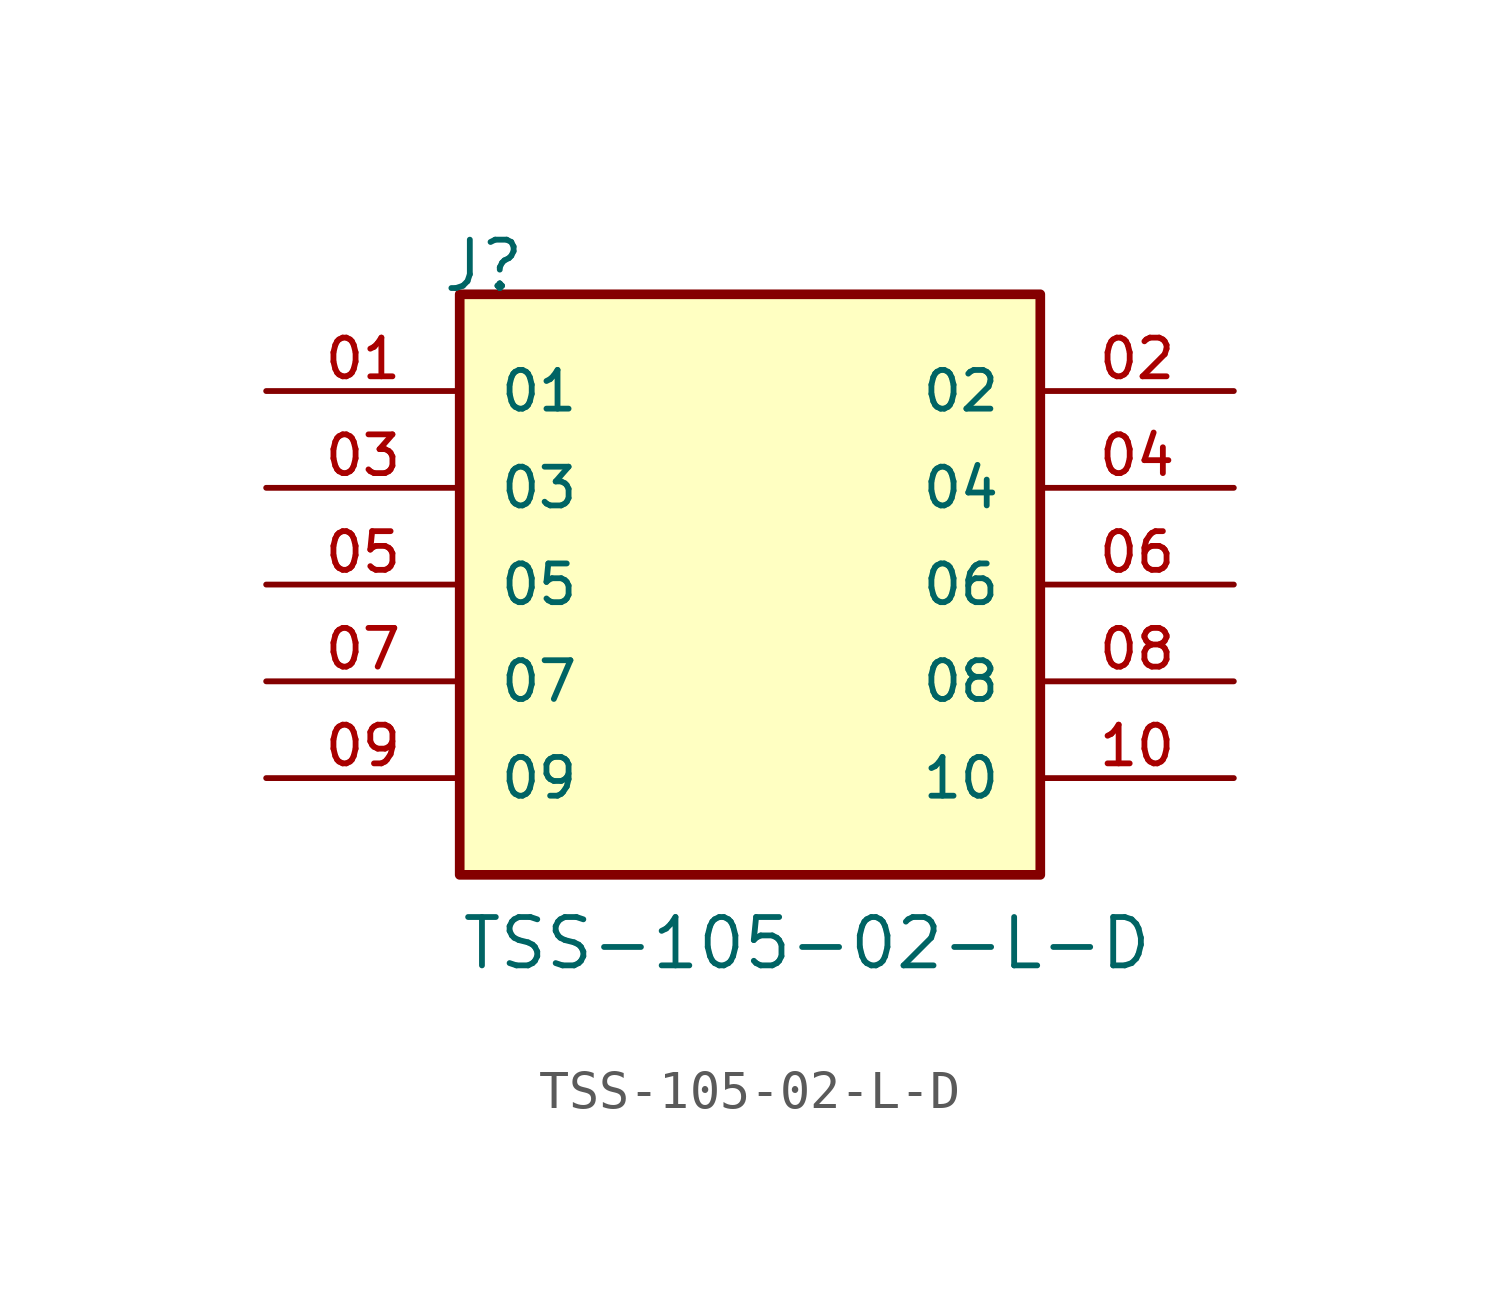
<source format=kicad_sym>
(kicad_symbol_lib
  (version 20211014)
  (generator kicad_symbol_editor)
  (symbol "TSS-105-02-L-D"
    (pin_names
      (offset 1.016))
    (property "Reference" "J"
      (at -8.12 7.62 0)
      (effects (font (size 1.27 1.27)) (justify bottom left)))
    (property "Value" "TSS-105-02-L-D"
      (at -7.62 -10.16 0)
      (effects (font (size 1.27 1.27)) (justify bottom left)))
    (symbol "TSS-105-02-L-D_0_0"
      (rectangle (start -7.62 -7.62) (end 7.62 7.62) (stroke (width 0.254)) (fill (type background)))
      (pin passive line (at -12.7 5.08 0) (length 5.08) (name "01" (effects (font (size 1.016 1.016)))) (number "01" (effects (font (size 1.016 1.016)))))
      (pin passive line (at 12.7 5.08 180.0) (length 5.08) (name "02" (effects (font (size 1.016 1.016)))) (number "02" (effects (font (size 1.016 1.016)))))
      (pin passive line (at -12.7 2.54 0) (length 5.08) (name "03" (effects (font (size 1.016 1.016)))) (number "03" (effects (font (size 1.016 1.016)))))
      (pin passive line (at 12.7 2.54 180.0) (length 5.08) (name "04" (effects (font (size 1.016 1.016)))) (number "04" (effects (font (size 1.016 1.016)))))
      (pin passive line (at -12.7 0.0 0) (length 5.08) (name "05" (effects (font (size 1.016 1.016)))) (number "05" (effects (font (size 1.016 1.016)))))
      (pin passive line (at 12.7 0.0 180.0) (length 5.08) (name "06" (effects (font (size 1.016 1.016)))) (number "06" (effects (font (size 1.016 1.016)))))
      (pin passive line (at -12.7 -2.54 0) (length 5.08) (name "07" (effects (font (size 1.016 1.016)))) (number "07" (effects (font (size 1.016 1.016)))))
      (pin passive line (at 12.7 -2.54 180.0) (length 5.08) (name "08" (effects (font (size 1.016 1.016)))) (number "08" (effects (font (size 1.016 1.016)))))
      (pin passive line (at -12.7 -5.08 0) (length 5.08) (name "09" (effects (font (size 1.016 1.016)))) (number "09" (effects (font (size 1.016 1.016)))))
      (pin passive line (at 12.7 -5.08 180.0) (length 5.08) (name "10" (effects (font (size 1.016 1.016)))) (number "10" (effects (font (size 1.016 1.016))))))))
</source>
